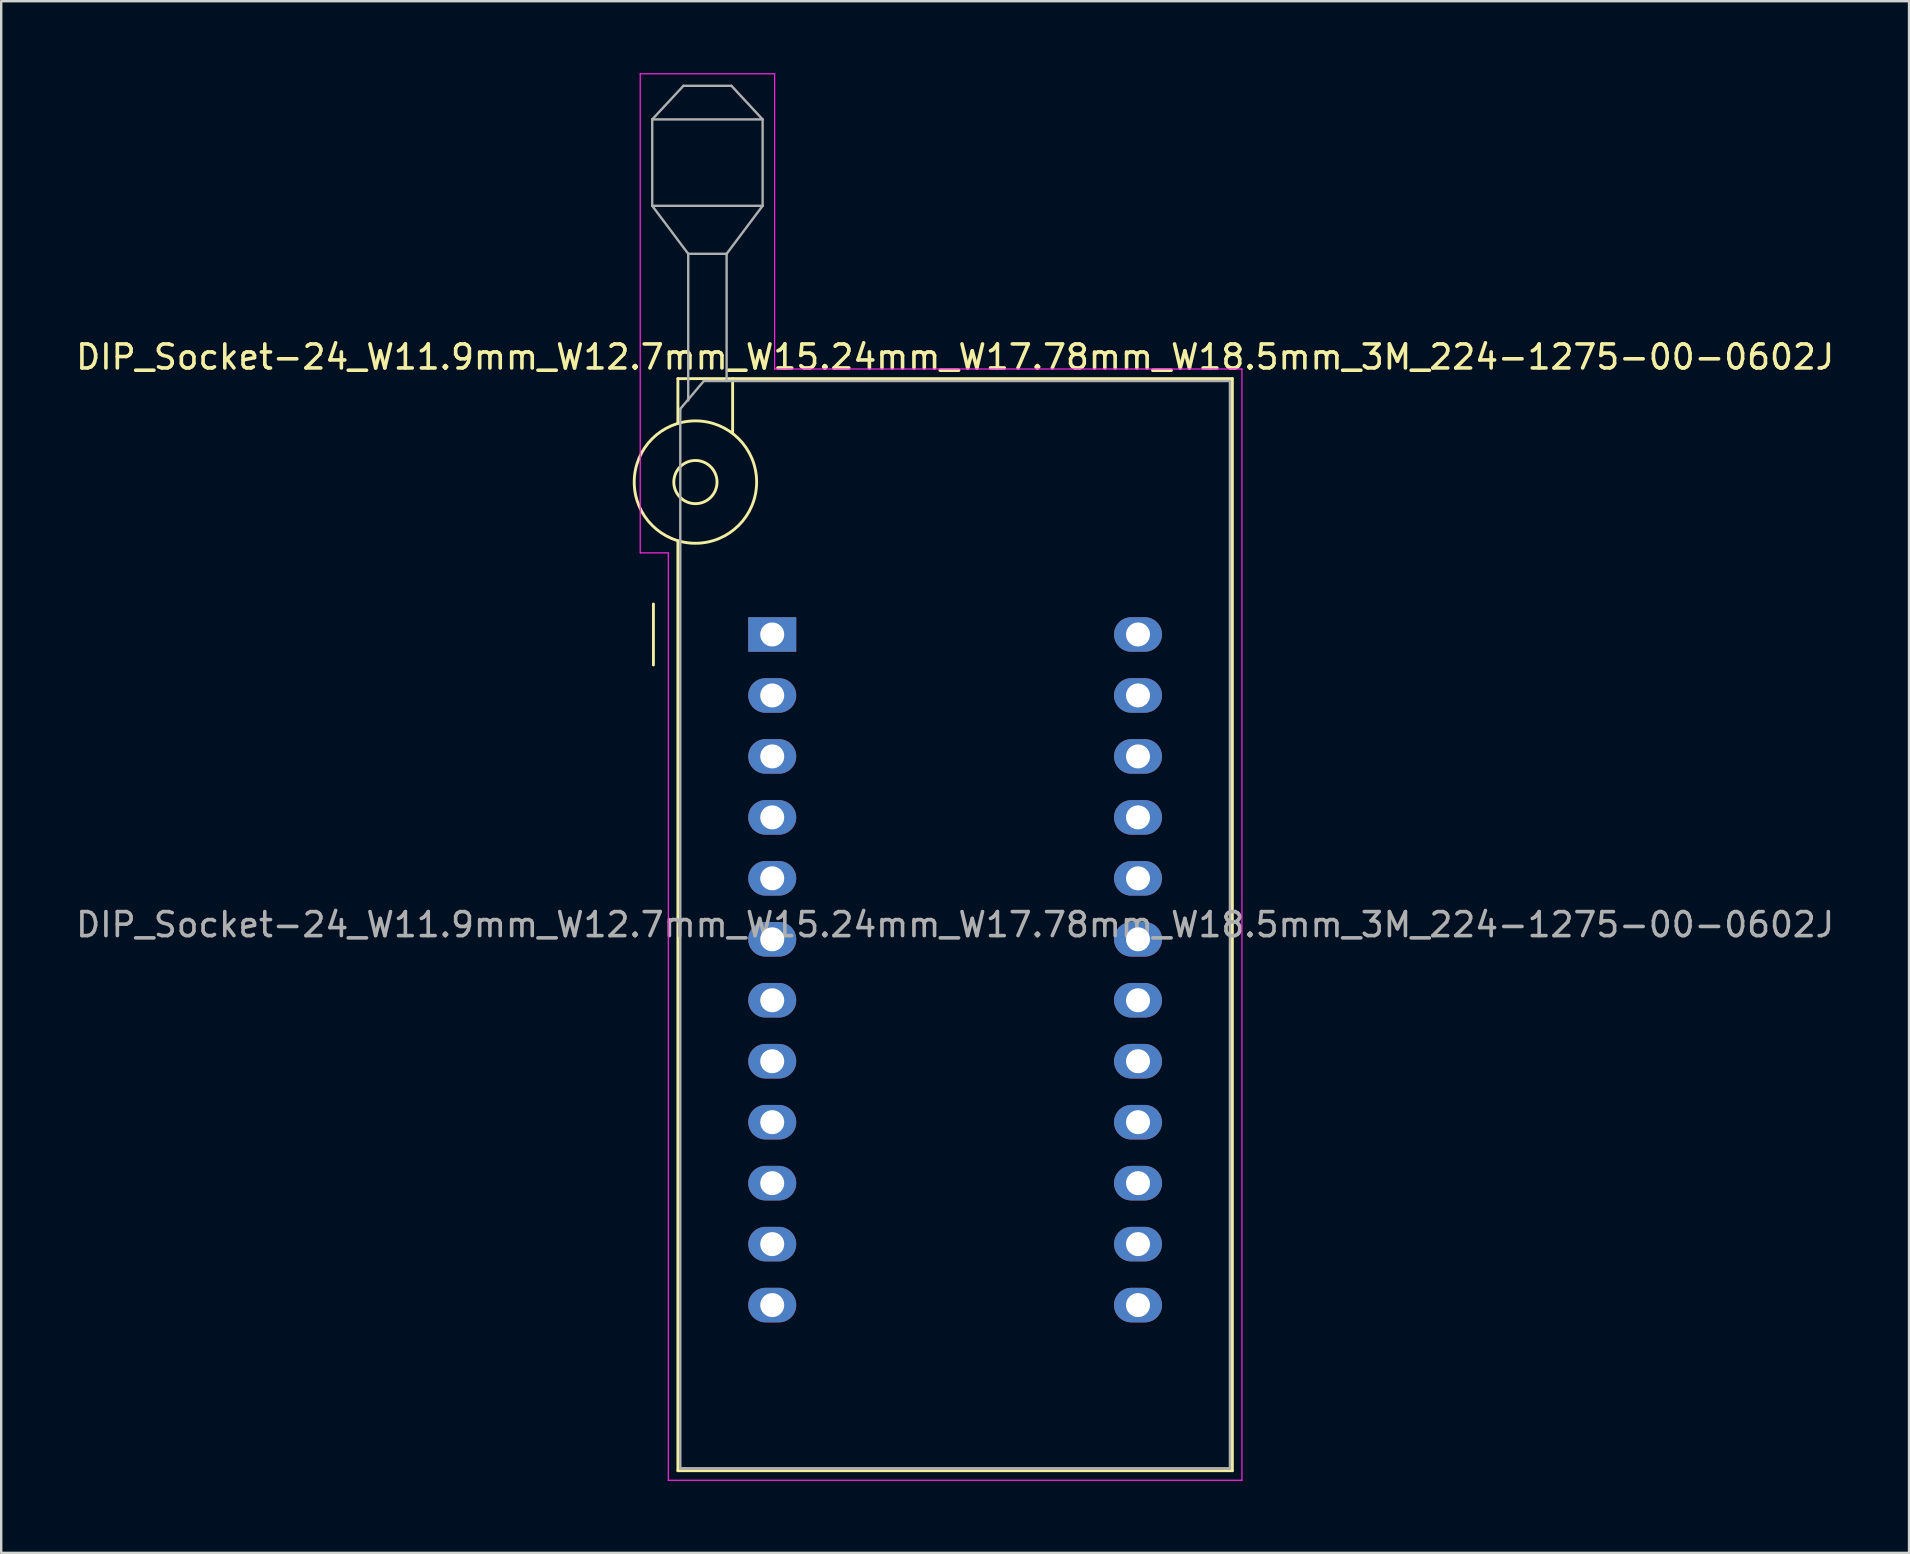
<source format=kicad_pcb>
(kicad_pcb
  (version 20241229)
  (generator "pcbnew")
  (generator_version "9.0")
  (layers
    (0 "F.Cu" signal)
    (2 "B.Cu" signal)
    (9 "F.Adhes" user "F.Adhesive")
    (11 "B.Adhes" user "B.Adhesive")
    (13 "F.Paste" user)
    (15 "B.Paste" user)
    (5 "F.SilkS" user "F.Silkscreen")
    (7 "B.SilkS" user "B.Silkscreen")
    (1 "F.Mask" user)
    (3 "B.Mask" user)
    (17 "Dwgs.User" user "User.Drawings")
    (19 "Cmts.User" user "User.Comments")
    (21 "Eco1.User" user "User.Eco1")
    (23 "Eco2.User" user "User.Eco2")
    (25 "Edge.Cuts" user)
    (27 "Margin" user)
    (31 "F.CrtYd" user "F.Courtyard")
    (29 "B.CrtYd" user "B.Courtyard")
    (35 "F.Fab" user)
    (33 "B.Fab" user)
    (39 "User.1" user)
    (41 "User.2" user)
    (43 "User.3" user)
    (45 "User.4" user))
  (footprint "DIP_Socket-24_W11.9mm_W12.7mm_W15.24mm_W17.78mm_W18.5mm_3M_224-1275-00-0602J"
    (layer "F.Cu")
    (at 29.124 23.385)
    (property "Reference" "DIP_Socket-24_W11.9mm_W12.7mm_W15.24mm_W17.78mm_W18.5mm_3M_224-1275-00-0602J" (at 7.62 -11.56 0) (layer "F.SilkS") (effects (font (size 1 1) (thickness 0.15))))
    (attr through_hole)
    (fp_line (start -4.95 1.27) (end -4.95 -1.27) (stroke (width 0.12) (type solid)) (layer "F.SilkS"))
    (fp_line (start -3.93 -10.66) (end -3.93 -8.8) (stroke (width 0.12) (type solid)) (layer "F.SilkS"))
    (fp_line (start -3.93 -3.9) (end -3.93 34.84) (stroke (width 0.12) (type solid)) (layer "F.SilkS"))
    (fp_line (start -3.93 34.84) (end 19.17 34.84) (stroke (width 0.12) (type solid)) (layer "F.SilkS"))
    (fp_line (start -1.65 -10.66) (end -1.65 -8.4) (stroke (width 0.12) (type solid)) (layer "F.SilkS"))
    (fp_line (start 19.17 -10.66) (end -3.93 -10.66) (stroke (width 0.12) (type solid)) (layer "F.SilkS"))
    (fp_line (start 19.17 34.84) (end 19.17 -10.66) (stroke (width 0.12) (type solid)) (layer "F.SilkS"))
    (fp_circle (center -3.2 -6.35) (end -2.3 -6.35) (stroke (width 0.12) (type solid)) (fill no) (layer "F.SilkS"))
    (fp_circle (center -3.2 -6.35) (end -0.65 -6.35) (stroke (width 0.12) (type solid)) (fill no) (layer "F.SilkS"))
    (fp_line (start -5.5 -23.36) (end 0.1 -23.36) (stroke (width 0.05) (type solid)) (layer "F.CrtYd"))
    (fp_line (start -5.5 -3.4) (end -5.5 -23.36) (stroke (width 0.05) (type solid)) (layer "F.CrtYd"))
    (fp_line (start -4.33 -3.4) (end -5.5 -3.4) (stroke (width 0.05) (type solid)) (layer "F.CrtYd"))
    (fp_line (start -4.33 35.24) (end -4.33 -3.4) (stroke (width 0.05) (type solid)) (layer "F.CrtYd"))
    (fp_line (start 0.1 -23.36) (end 0.1 -11.06) (stroke (width 0.05) (type solid)) (layer "F.CrtYd"))
    (fp_line (start 0.1 -11.06) (end 19.57 -11.06) (stroke (width 0.05) (type solid)) (layer "F.CrtYd"))
    (fp_line (start 19.57 -11.06) (end 19.57 35.24) (stroke (width 0.05) (type solid)) (layer "F.CrtYd"))
    (fp_line (start 19.57 35.24) (end -4.33 35.24) (stroke (width 0.05) (type solid)) (layer "F.CrtYd"))
    (fp_line (start -5 -21.46) (end -5 -17.86) (stroke (width 0.1) (type solid)) (layer "F.Fab"))
    (fp_line (start -5 -21.46) (end -3.7 -22.86) (stroke (width 0.1) (type solid)) (layer "F.Fab"))
    (fp_line (start -5 -17.86) (end -3.5 -15.86) (stroke (width 0.1) (type solid)) (layer "F.Fab"))
    (fp_line (start -5 -17.86) (end -0.4 -17.86) (stroke (width 0.1) (type solid)) (layer "F.Fab"))
    (fp_line (start -3.83 -9.4) (end -2.85 -10.56) (stroke (width 0.1) (type solid)) (layer "F.Fab"))
    (fp_line (start -3.83 34.74) (end -3.83 -9.4) (stroke (width 0.1) (type solid)) (layer "F.Fab"))
    (fp_line (start -3.7 -22.86) (end -1.7 -22.86) (stroke (width 0.1) (type solid)) (layer "F.Fab"))
    (fp_line (start -3.5 -15.86) (end -1.9 -15.86) (stroke (width 0.1) (type solid)) (layer "F.Fab"))
    (fp_line (start -3.5 -9.75) (end -3.5 -15.86) (stroke (width 0.1) (type solid)) (layer "F.Fab"))
    (fp_line (start -2.85 -10.56) (end 19.07 -10.56) (stroke (width 0.1) (type solid)) (layer "F.Fab"))
    (fp_line (start -1.9 -15.86) (end -1.9 -10.56) (stroke (width 0.1) (type solid)) (layer "F.Fab"))
    (fp_line (start -1.7 -22.86) (end -0.4 -21.46) (stroke (width 0.1) (type solid)) (layer "F.Fab"))
    (fp_line (start -0.4 -21.46) (end -5 -21.46) (stroke (width 0.1) (type solid)) (layer "F.Fab"))
    (fp_line (start -0.4 -17.86) (end -1.9 -15.86) (stroke (width 0.1) (type solid)) (layer "F.Fab"))
    (fp_line (start -0.4 -17.86) (end -0.4 -21.46) (stroke (width 0.1) (type solid)) (layer "F.Fab"))
    (fp_line (start 19.07 -10.56) (end 19.07 34.74) (stroke (width 0.1) (type solid)) (layer "F.Fab"))
    (fp_line (start 19.07 34.74) (end -3.83 34.74) (stroke (width 0.1) (type solid)) (layer "F.Fab"))
    (fp_text user "${REFERENCE}" (at 7.62 12.09 0) (layer "F.Fab") (effects (font (size 1 1) (thickness 0.15))))
    (pad "1" thru_hole rect (at 0 0) (size 2 1.44) (drill 1) (layers "*.Cu" "*.Mask"))
    (pad "2" thru_hole oval (at 0 2.54) (size 2 1.44) (drill 1) (layers "*.Cu" "*.Mask"))
    (pad "3" thru_hole oval (at 0 5.08) (size 2 1.44) (drill 1) (layers "*.Cu" "*.Mask"))
    (pad "4" thru_hole oval (at 0 7.62) (size 2 1.44) (drill 1) (layers "*.Cu" "*.Mask"))
    (pad "5" thru_hole oval (at 0 10.16) (size 2 1.44) (drill 1) (layers "*.Cu" "*.Mask"))
    (pad "6" thru_hole oval (at 0 12.7) (size 2 1.44) (drill 1) (layers "*.Cu" "*.Mask"))
    (pad "7" thru_hole oval (at 0 15.24) (size 2 1.44) (drill 1) (layers "*.Cu" "*.Mask"))
    (pad "8" thru_hole oval (at 0 17.78) (size 2 1.44) (drill 1) (layers "*.Cu" "*.Mask"))
    (pad "9" thru_hole oval (at 0 20.32) (size 2 1.44) (drill 1) (layers "*.Cu" "*.Mask"))
    (pad "10" thru_hole oval (at 0 22.86) (size 2 1.44) (drill 1) (layers "*.Cu" "*.Mask"))
    (pad "11" thru_hole oval (at 0 25.4) (size 2 1.44) (drill 1) (layers "*.Cu" "*.Mask"))
    (pad "12" thru_hole oval (at 0 27.94) (size 2 1.44) (drill 1) (layers "*.Cu" "*.Mask"))
    (pad "13" thru_hole oval (at 15.24 27.94) (size 2 1.44) (drill 1) (layers "*.Cu" "*.Mask"))
    (pad "14" thru_hole oval (at 15.24 25.4) (size 2 1.44) (drill 1) (layers "*.Cu" "*.Mask"))
    (pad "15" thru_hole oval (at 15.24 22.86) (size 2 1.44) (drill 1) (layers "*.Cu" "*.Mask"))
    (pad "16" thru_hole oval (at 15.24 20.32) (size 2 1.44) (drill 1) (layers "*.Cu" "*.Mask"))
    (pad "17" thru_hole oval (at 15.24 17.78) (size 2 1.44) (drill 1) (layers "*.Cu" "*.Mask"))
    (pad "18" thru_hole oval (at 15.24 15.24) (size 2 1.44) (drill 1) (layers "*.Cu" "*.Mask"))
    (pad "19" thru_hole oval (at 15.24 12.7) (size 2 1.44) (drill 1) (layers "*.Cu" "*.Mask"))
    (pad "20" thru_hole oval (at 15.24 10.16) (size 2 1.44) (drill 1) (layers "*.Cu" "*.Mask"))
    (pad "21" thru_hole oval (at 15.24 7.62) (size 2 1.44) (drill 1) (layers "*.Cu" "*.Mask"))
    (pad "22" thru_hole oval (at 15.24 5.08) (size 2 1.44) (drill 1) (layers "*.Cu" "*.Mask"))
    (pad "23" thru_hole oval (at 15.24 2.54) (size 2 1.44) (drill 1) (layers "*.Cu" "*.Mask"))
    (pad "24" thru_hole oval (at 15.24 0) (size 2 1.44) (drill 1) (layers "*.Cu" "*.Mask")))
  (gr_rect
    (start -3 -3)
    (end 76.488 61.65)
    (stroke (width 0.1) (type default))
    (fill no)
    (layer "Edge.Cuts")))
</source>
